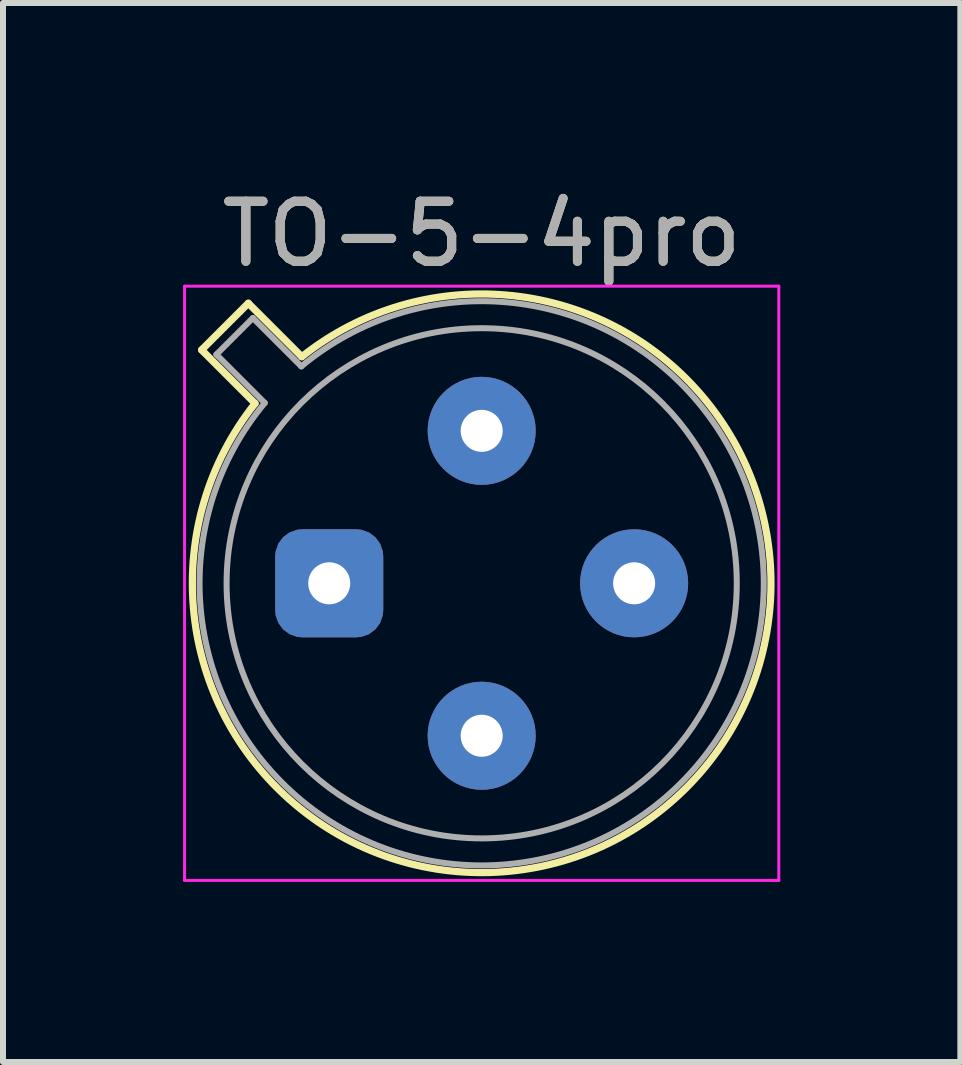
<source format=kicad_pcb>
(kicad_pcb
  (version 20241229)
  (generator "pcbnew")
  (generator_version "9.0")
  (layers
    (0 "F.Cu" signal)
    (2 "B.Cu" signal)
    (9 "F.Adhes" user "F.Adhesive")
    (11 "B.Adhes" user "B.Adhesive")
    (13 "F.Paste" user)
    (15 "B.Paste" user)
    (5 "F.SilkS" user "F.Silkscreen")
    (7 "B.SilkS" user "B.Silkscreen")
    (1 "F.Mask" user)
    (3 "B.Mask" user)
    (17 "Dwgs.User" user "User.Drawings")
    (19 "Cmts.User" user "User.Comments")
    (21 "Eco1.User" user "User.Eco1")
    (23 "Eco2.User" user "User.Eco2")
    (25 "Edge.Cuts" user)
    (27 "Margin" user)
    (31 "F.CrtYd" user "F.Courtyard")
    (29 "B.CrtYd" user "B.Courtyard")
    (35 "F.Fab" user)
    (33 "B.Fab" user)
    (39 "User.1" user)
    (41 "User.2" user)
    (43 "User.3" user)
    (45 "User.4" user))
  (footprint "TO-5-4pro"
    (layer "F.Cu")
    (at 2.435 6.668)
    (property "Reference" "TO-5-4pro" (at 2.54 -5.82 0) (layer "F.SilkS") (effects (font (size 1 1) (thickness 0.15))))
    (attr through_hole)
    (fp_line (start -2.126 -3.888) (end -1.235 -2.997) (stroke (width 0.12) (type solid)) (layer "F.SilkS"))
    (fp_line (start -1.348 -4.666) (end -2.126 -3.888) (stroke (width 0.12) (type solid)) (layer "F.SilkS"))
    (fp_line (start -0.457 -3.775) (end -1.348 -4.666) (stroke (width 0.12) (type solid)) (layer "F.SilkS"))
    (fp_arc (start -0.457084 -3.774902) (mid 5.948125 3.408384) (end -1.234674 -2.997371) (stroke (width 0.12) (type solid)) (layer "F.SilkS"))
    (fp_line (start -2.41 -4.95) (end -2.41 4.95) (stroke (width 0.05) (type solid)) (layer "F.CrtYd"))
    (fp_line (start -2.41 4.95) (end 7.49 4.95) (stroke (width 0.05) (type solid)) (layer "F.CrtYd"))
    (fp_line (start 7.49 -4.95) (end -2.41 -4.95) (stroke (width 0.05) (type solid)) (layer "F.CrtYd"))
    (fp_line (start 7.49 4.95) (end 7.49 -4.95) (stroke (width 0.05) (type solid)) (layer "F.CrtYd"))
    (fp_line (start -1.88 -3.812) (end -1.074 -3.005) (stroke (width 0.1) (type solid)) (layer "F.Fab"))
    (fp_line (start -1.272 -4.42) (end -1.88 -3.812) (stroke (width 0.1) (type solid)) (layer "F.Fab"))
    (fp_line (start -0.465 -3.614) (end -1.272 -4.42) (stroke (width 0.1) (type solid)) (layer "F.Fab"))
    (fp_arc (start -0.465408 -3.61352) (mid 5.863443 3.323361) (end -1.073594 -3.005319) (stroke (width 0.1) (type solid)) (layer "F.Fab"))
    (fp_circle (center 2.54 0) (end 6.79 0) (stroke (width 0.1) (type solid)) (fill no) (layer "F.Fab"))
    (fp_text user "${REFERENCE}" (at 2.54 -5.82 0) (layer "F.Fab") (effects (font (size 1 1) (thickness 0.15))))
    (pad "1" thru_hole roundrect (at 0 0) (size 1.8 1.8) (drill 0.7) (layers "*.Cu" "*.Mask") (roundrect_rratio 0.25))
    (pad "2" thru_hole oval (at 2.54 2.54) (size 1.8 1.8) (drill 0.7) (layers "*.Cu" "*.Mask"))
    (pad "3" thru_hole oval (at 5.08 0) (size 1.8 1.8) (drill 0.7) (layers "*.Cu" "*.Mask"))
    (pad "4" thru_hole oval (at 2.54 -2.54) (size 1.8 1.8) (drill 0.7) (layers "*.Cu" "*.Mask")))
  (gr_rect
    (start -3 -3)
    (end 12.95 14.643)
    (stroke (width 0.1) (type default))
    (fill no)
    (layer "Edge.Cuts")))
</source>
